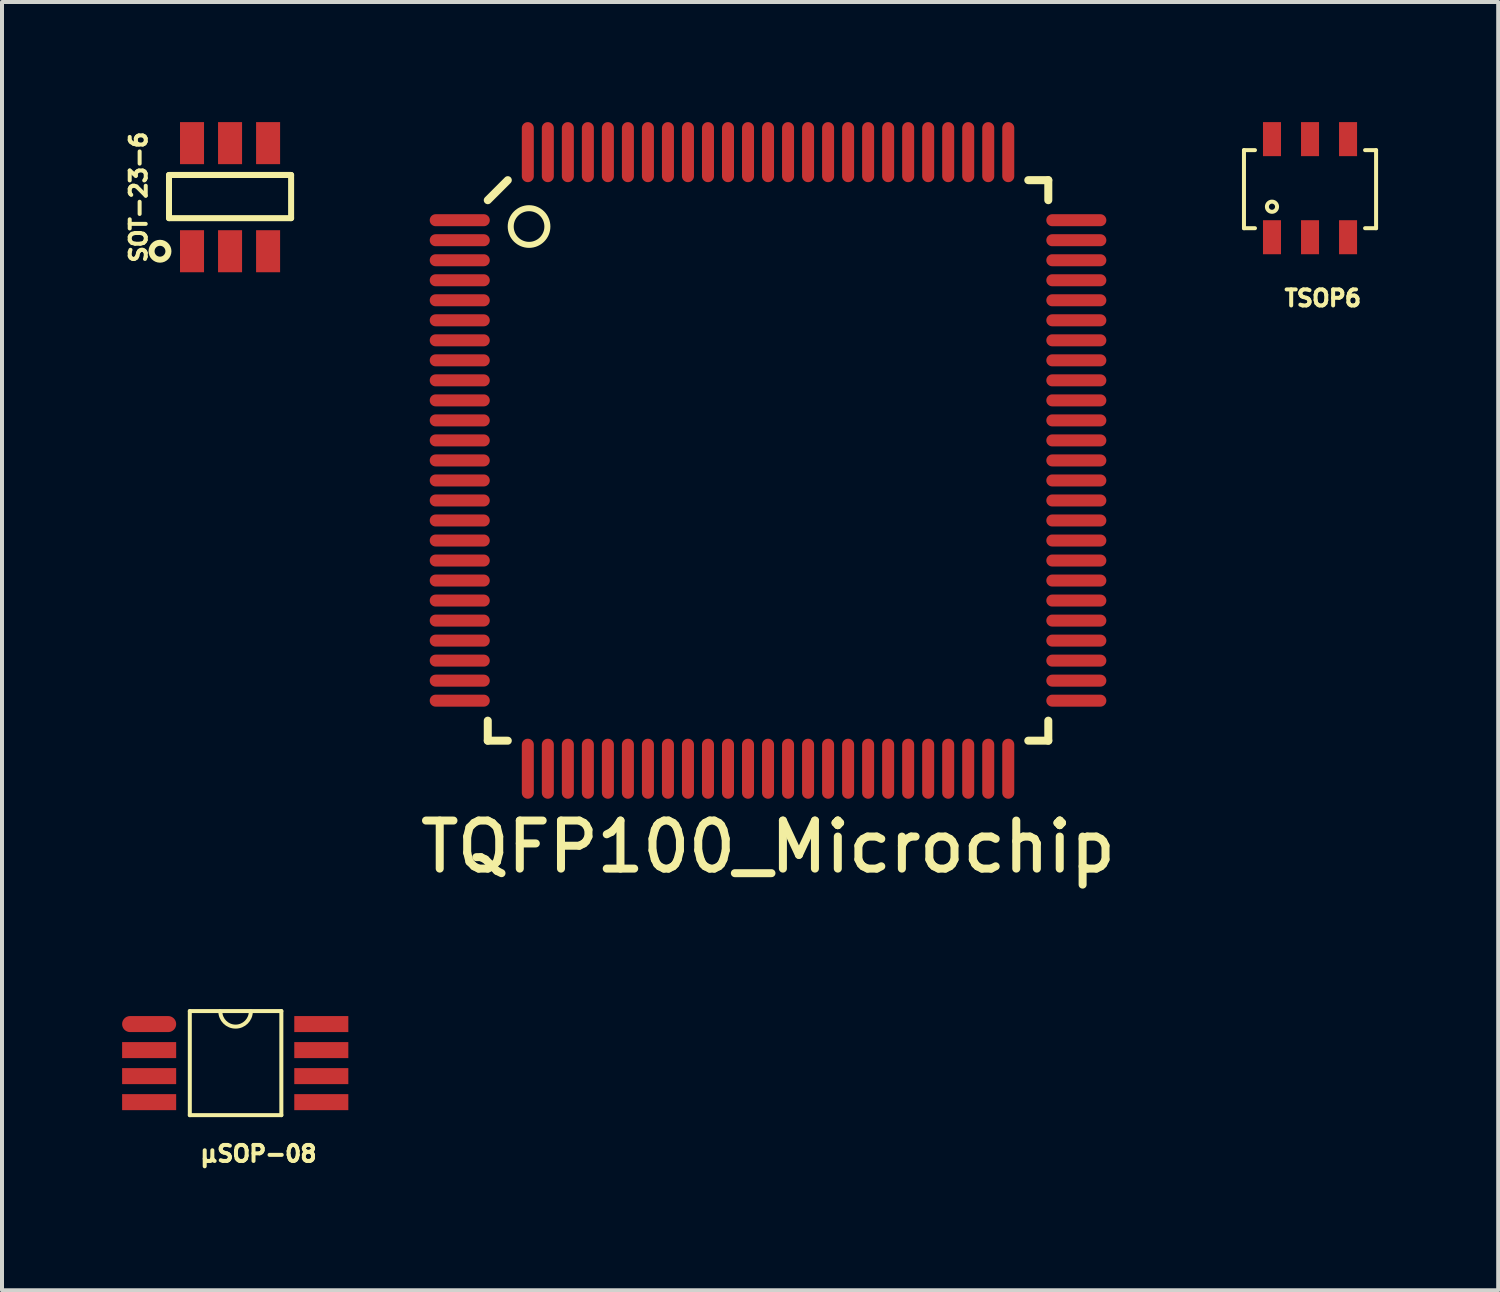
<source format=kicad_pcb>
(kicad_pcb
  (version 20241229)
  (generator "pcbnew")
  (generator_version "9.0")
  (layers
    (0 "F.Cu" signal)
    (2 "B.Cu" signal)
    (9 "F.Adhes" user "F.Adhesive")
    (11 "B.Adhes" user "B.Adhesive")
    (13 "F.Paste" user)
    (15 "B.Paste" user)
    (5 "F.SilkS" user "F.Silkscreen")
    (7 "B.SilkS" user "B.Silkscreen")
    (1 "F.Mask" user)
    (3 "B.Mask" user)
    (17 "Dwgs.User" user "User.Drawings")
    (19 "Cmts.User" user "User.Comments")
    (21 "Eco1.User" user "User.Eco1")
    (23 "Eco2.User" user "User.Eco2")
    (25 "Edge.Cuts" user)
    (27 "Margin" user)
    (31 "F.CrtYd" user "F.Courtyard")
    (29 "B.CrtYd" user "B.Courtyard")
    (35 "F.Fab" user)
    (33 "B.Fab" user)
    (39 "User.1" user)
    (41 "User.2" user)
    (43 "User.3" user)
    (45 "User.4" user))
  (footprint "TQFP100_Microchip"
    (layer "F.Cu")
    (at 16.133 8.45)
    (property "Reference" "TQFP100_Microchip" (at 0 9.65 0) (layer "F.SilkS") (effects (font (size 1.2 1.2) (thickness 0.2))))
    (attr through_hole)
    (fp_line (start -7 -6.5) (end -6.5 -7) (stroke (width 0.2) (type solid)) (layer "F.SilkS"))
    (fp_line (start -7 7) (end -7 6.5) (stroke (width 0.2) (type solid)) (layer "F.SilkS"))
    (fp_line (start -6.5 7) (end -7 7) (stroke (width 0.2) (type solid)) (layer "F.SilkS"))
    (fp_line (start 6.5 -7) (end 7 -7) (stroke (width 0.2) (type solid)) (layer "F.SilkS"))
    (fp_line (start 6.5 7) (end 7 7) (stroke (width 0.2) (type solid)) (layer "F.SilkS"))
    (fp_line (start 7 -7) (end 7 -6.5) (stroke (width 0.2) (type solid)) (layer "F.SilkS"))
    (fp_line (start 7 7) (end 7 6.5) (stroke (width 0.2) (type solid)) (layer "F.SilkS"))
    (fp_circle (center -5.969 -5.842) (end -5.715 -5.461) (stroke (width 0.15) (type solid)) (fill no) (layer "F.SilkS"))
    (pad "1" smd oval (at -7.7 -6) (size 1.5 0.3) (layers "F.Cu" "F.Mask" "F.Paste"))
    (pad "2" smd oval (at -7.7 -5.5) (size 1.5 0.3) (layers "F.Cu" "F.Mask" "F.Paste"))
    (pad "3" smd oval (at -7.7 -5) (size 1.5 0.3) (layers "F.Cu" "F.Mask" "F.Paste"))
    (pad "4" smd oval (at -7.7 -4.5) (size 1.5 0.3) (layers "F.Cu" "F.Mask" "F.Paste"))
    (pad "5" smd oval (at -7.7 -4) (size 1.5 0.3) (layers "F.Cu" "F.Mask" "F.Paste"))
    (pad "6" smd oval (at -7.7 -3.5) (size 1.5 0.3) (layers "F.Cu" "F.Mask" "F.Paste"))
    (pad "7" smd oval (at -7.7 -3) (size 1.5 0.3) (layers "F.Cu" "F.Mask" "F.Paste"))
    (pad "8" smd oval (at -7.7 -2.5) (size 1.5 0.3) (layers "F.Cu" "F.Mask" "F.Paste"))
    (pad "9" smd oval (at -7.7 -2) (size 1.5 0.3) (layers "F.Cu" "F.Mask" "F.Paste"))
    (pad "10" smd oval (at -7.7 -1.5) (size 1.5 0.3) (layers "F.Cu" "F.Mask" "F.Paste"))
    (pad "11" smd oval (at -7.7 -1) (size 1.5 0.3) (layers "F.Cu" "F.Mask" "F.Paste"))
    (pad "12" smd oval (at -7.7 -0.5) (size 1.5 0.3) (layers "F.Cu" "F.Mask" "F.Paste"))
    (pad "13" smd oval (at -7.7 0) (size 1.5 0.3) (layers "F.Cu" "F.Mask" "F.Paste"))
    (pad "14" smd oval (at -7.7 0.5) (size 1.5 0.3) (layers "F.Cu" "F.Mask" "F.Paste"))
    (pad "15" smd oval (at -7.7 1) (size 1.5 0.3) (layers "F.Cu" "F.Mask" "F.Paste"))
    (pad "16" smd oval (at -7.7 1.5) (size 1.5 0.3) (layers "F.Cu" "F.Mask" "F.Paste"))
    (pad "17" smd oval (at -7.7 2) (size 1.5 0.3) (layers "F.Cu" "F.Mask" "F.Paste"))
    (pad "18" smd oval (at -7.7 2.5) (size 1.5 0.3) (layers "F.Cu" "F.Mask" "F.Paste"))
    (pad "19" smd oval (at -7.7 3) (size 1.5 0.3) (layers "F.Cu" "F.Mask" "F.Paste"))
    (pad "20" smd oval (at -7.7 3.5) (size 1.5 0.3) (layers "F.Cu" "F.Mask" "F.Paste"))
    (pad "21" smd oval (at -7.7 4) (size 1.5 0.3) (layers "F.Cu" "F.Mask" "F.Paste"))
    (pad "22" smd oval (at -7.7 4.5) (size 1.5 0.3) (layers "F.Cu" "F.Mask" "F.Paste"))
    (pad "23" smd oval (at -7.7 5) (size 1.5 0.3) (layers "F.Cu" "F.Mask" "F.Paste"))
    (pad "24" smd oval (at -7.7 5.5) (size 1.5 0.3) (layers "F.Cu" "F.Mask" "F.Paste"))
    (pad "25" smd oval (at -7.7 6) (size 1.5 0.3) (layers "F.Cu" "F.Mask" "F.Paste"))
    (pad "26" smd oval (at -6 7.7) (size 0.3 1.5) (layers "F.Cu" "F.Mask" "F.Paste"))
    (pad "27" smd oval (at -5.5 7.7) (size 0.3 1.5) (layers "F.Cu" "F.Mask" "F.Paste"))
    (pad "28" smd oval (at -5 7.7) (size 0.3 1.5) (layers "F.Cu" "F.Mask" "F.Paste"))
    (pad "29" smd oval (at -4.5 7.7) (size 0.3 1.5) (layers "F.Cu" "F.Mask" "F.Paste"))
    (pad "30" smd oval (at -4 7.7) (size 0.3 1.5) (layers "F.Cu" "F.Mask" "F.Paste"))
    (pad "31" smd oval (at -3.5 7.7) (size 0.3 1.5) (layers "F.Cu" "F.Mask" "F.Paste"))
    (pad "32" smd oval (at -3 7.7) (size 0.3 1.5) (layers "F.Cu" "F.Mask" "F.Paste"))
    (pad "33" smd oval (at -2.5 7.7) (size 0.3 1.5) (layers "F.Cu" "F.Mask" "F.Paste"))
    (pad "34" smd oval (at -2 7.7) (size 0.3 1.5) (layers "F.Cu" "F.Mask" "F.Paste"))
    (pad "35" smd oval (at -1.5 7.7) (size 0.3 1.5) (layers "F.Cu" "F.Mask" "F.Paste"))
    (pad "36" smd oval (at -1 7.7) (size 0.3 1.5) (layers "F.Cu" "F.Mask" "F.Paste"))
    (pad "37" smd oval (at -0.5 7.7) (size 0.3 1.5) (layers "F.Cu" "F.Mask" "F.Paste"))
    (pad "38" smd oval (at 0 7.7) (size 0.3 1.5) (layers "F.Cu" "F.Mask" "F.Paste"))
    (pad "39" smd oval (at 0.5 7.7) (size 0.3 1.5) (layers "F.Cu" "F.Mask" "F.Paste"))
    (pad "40" smd oval (at 1 7.7) (size 0.3 1.5) (layers "F.Cu" "F.Mask" "F.Paste"))
    (pad "41" smd oval (at 1.5 7.7) (size 0.3 1.5) (layers "F.Cu" "F.Mask" "F.Paste"))
    (pad "42" smd oval (at 2 7.7) (size 0.3 1.5) (layers "F.Cu" "F.Mask" "F.Paste"))
    (pad "43" smd oval (at 2.5 7.7) (size 0.3 1.5) (layers "F.Cu" "F.Mask" "F.Paste"))
    (pad "44" smd oval (at 3 7.7) (size 0.3 1.5) (layers "F.Cu" "F.Mask" "F.Paste"))
    (pad "45" smd oval (at 3.5 7.7) (size 0.3 1.5) (layers "F.Cu" "F.Mask" "F.Paste"))
    (pad "46" smd oval (at 4 7.7) (size 0.3 1.5) (layers "F.Cu" "F.Mask" "F.Paste"))
    (pad "47" smd oval (at 4.5 7.7) (size 0.3 1.5) (layers "F.Cu" "F.Mask" "F.Paste"))
    (pad "48" smd oval (at 5 7.7) (size 0.3 1.5) (layers "F.Cu" "F.Mask" "F.Paste"))
    (pad "49" smd oval (at 5.5 7.7) (size 0.3 1.5) (layers "F.Cu" "F.Mask" "F.Paste"))
    (pad "50" smd oval (at 6 7.7) (size 0.3 1.5) (layers "F.Cu" "F.Mask" "F.Paste"))
    (pad "51" smd oval (at 7.7 6) (size 1.5 0.3) (layers "F.Cu" "F.Mask" "F.Paste"))
    (pad "52" smd oval (at 7.7 5.5) (size 1.5 0.3) (layers "F.Cu" "F.Mask" "F.Paste"))
    (pad "53" smd oval (at 7.7 5) (size 1.5 0.3) (layers "F.Cu" "F.Mask" "F.Paste"))
    (pad "54" smd oval (at 7.7 4.5) (size 1.5 0.3) (layers "F.Cu" "F.Mask" "F.Paste"))
    (pad "55" smd oval (at 7.7 4) (size 1.5 0.3) (layers "F.Cu" "F.Mask" "F.Paste"))
    (pad "56" smd oval (at 7.7 3.5) (size 1.5 0.3) (layers "F.Cu" "F.Mask" "F.Paste"))
    (pad "57" smd oval (at 7.7 3) (size 1.5 0.3) (layers "F.Cu" "F.Mask" "F.Paste"))
    (pad "58" smd oval (at 7.7 2.5) (size 1.5 0.3) (layers "F.Cu" "F.Mask" "F.Paste"))
    (pad "59" smd oval (at 7.7 2) (size 1.5 0.3) (layers "F.Cu" "F.Mask" "F.Paste"))
    (pad "60" smd oval (at 7.7 1.5) (size 1.5 0.3) (layers "F.Cu" "F.Mask" "F.Paste"))
    (pad "61" smd oval (at 7.7 1) (size 1.5 0.3) (layers "F.Cu" "F.Mask" "F.Paste"))
    (pad "62" smd oval (at 7.7 0.5) (size 1.5 0.3) (layers "F.Cu" "F.Mask" "F.Paste"))
    (pad "63" smd oval (at 7.7 0) (size 1.5 0.3) (layers "F.Cu" "F.Mask" "F.Paste"))
    (pad "64" smd oval (at 7.7 -0.5) (size 1.5 0.3) (layers "F.Cu" "F.Mask" "F.Paste"))
    (pad "65" smd oval (at 7.7 -1) (size 1.5 0.3) (layers "F.Cu" "F.Mask" "F.Paste"))
    (pad "66" smd oval (at 7.7 -1.5) (size 1.5 0.3) (layers "F.Cu" "F.Mask" "F.Paste"))
    (pad "67" smd oval (at 7.7 -2) (size 1.5 0.3) (layers "F.Cu" "F.Mask" "F.Paste"))
    (pad "68" smd oval (at 7.7 -2.5) (size 1.5 0.3) (layers "F.Cu" "F.Mask" "F.Paste"))
    (pad "69" smd oval (at 7.7 -3) (size 1.5 0.3) (layers "F.Cu" "F.Mask" "F.Paste"))
    (pad "70" smd oval (at 7.7 -3.5) (size 1.5 0.3) (layers "F.Cu" "F.Mask" "F.Paste"))
    (pad "71" smd oval (at 7.7 -4) (size 1.5 0.3) (layers "F.Cu" "F.Mask" "F.Paste"))
    (pad "72" smd oval (at 7.7 -4.5) (size 1.5 0.3) (layers "F.Cu" "F.Mask" "F.Paste"))
    (pad "73" smd oval (at 7.7 -5) (size 1.5 0.3) (layers "F.Cu" "F.Mask" "F.Paste"))
    (pad "74" smd oval (at 7.7 -5.5) (size 1.5 0.3) (layers "F.Cu" "F.Mask" "F.Paste"))
    (pad "75" smd oval (at 7.7 -6) (size 1.5 0.3) (layers "F.Cu" "F.Mask" "F.Paste"))
    (pad "76" smd oval (at 6 -7.7) (size 0.3 1.5) (layers "F.Cu" "F.Mask" "F.Paste"))
    (pad "77" smd oval (at 5.5 -7.7) (size 0.3 1.5) (layers "F.Cu" "F.Mask" "F.Paste"))
    (pad "78" smd oval (at 5 -7.7) (size 0.3 1.5) (layers "F.Cu" "F.Mask" "F.Paste"))
    (pad "79" smd oval (at 4.5 -7.7) (size 0.3 1.5) (layers "F.Cu" "F.Mask" "F.Paste"))
    (pad "80" smd oval (at 4 -7.7) (size 0.3 1.5) (layers "F.Cu" "F.Mask" "F.Paste"))
    (pad "81" smd oval (at 3.5 -7.7) (size 0.3 1.5) (layers "F.Cu" "F.Mask" "F.Paste"))
    (pad "82" smd oval (at 3 -7.7) (size 0.3 1.5) (layers "F.Cu" "F.Mask" "F.Paste"))
    (pad "83" smd oval (at 2.5 -7.7) (size 0.3 1.5) (layers "F.Cu" "F.Mask" "F.Paste"))
    (pad "84" smd oval (at 2 -7.7) (size 0.3 1.5) (layers "F.Cu" "F.Mask" "F.Paste"))
    (pad "85" smd oval (at 1.5 -7.7) (size 0.3 1.5) (layers "F.Cu" "F.Mask" "F.Paste"))
    (pad "86" smd oval (at 1 -7.7) (size 0.3 1.5) (layers "F.Cu" "F.Mask" "F.Paste"))
    (pad "87" smd oval (at 0.5 -7.7) (size 0.3 1.5) (layers "F.Cu" "F.Mask" "F.Paste"))
    (pad "88" smd oval (at 0 -7.7) (size 0.3 1.5) (layers "F.Cu" "F.Mask" "F.Paste"))
    (pad "89" smd oval (at -0.5 -7.7) (size 0.3 1.5) (layers "F.Cu" "F.Mask" "F.Paste"))
    (pad "90" smd oval (at -1 -7.7) (size 0.3 1.5) (layers "F.Cu" "F.Mask" "F.Paste"))
    (pad "91" smd oval (at -1.5 -7.7) (size 0.3 1.5) (layers "F.Cu" "F.Mask" "F.Paste"))
    (pad "92" smd oval (at -2 -7.7) (size 0.3 1.5) (layers "F.Cu" "F.Mask" "F.Paste"))
    (pad "93" smd oval (at -2.5 -7.7) (size 0.3 1.5) (layers "F.Cu" "F.Mask" "F.Paste"))
    (pad "94" smd oval (at -3 -7.7) (size 0.3 1.5) (layers "F.Cu" "F.Mask" "F.Paste"))
    (pad "95" smd oval (at -3.5 -7.7) (size 0.3 1.5) (layers "F.Cu" "F.Mask" "F.Paste"))
    (pad "96" smd oval (at -4 -7.7) (size 0.3 1.5) (layers "F.Cu" "F.Mask" "F.Paste"))
    (pad "97" smd oval (at -4.5 -7.7) (size 0.3 1.5) (layers "F.Cu" "F.Mask" "F.Paste"))
    (pad "98" smd oval (at -5 -7.7) (size 0.3 1.5) (layers "F.Cu" "F.Mask" "F.Paste"))
    (pad "99" smd oval (at -5.5 -7.7) (size 0.3 1.5) (layers "F.Cu" "F.Mask" "F.Paste"))
    (pad "100" smd oval (at -6 -7.7) (size 0.3 1.5) (layers "F.Cu" "F.Mask" "F.Paste")))
  (footprint "µSOP-08"
    (layer "F.Cu")
    (at 0.675 22.528)
    (property "Reference" "µSOP-08" (at 2.731 3.239 0) (layer "F.SilkS") (effects (font (size 0.4 0.4) (thickness 0.1))))
    (attr through_hole)
    (fp_line (start 1.016 -0.325) (end 3.302 -0.325) (stroke (width 0.1) (type solid)) (layer "F.SilkS"))
    (fp_line (start 1.016 2.275) (end 1.016 -0.325) (stroke (width 0.1) (type solid)) (layer "F.SilkS"))
    (fp_line (start 1.016 2.275) (end 3.302 2.275) (stroke (width 0.1) (type solid)) (layer "F.SilkS"))
    (fp_line (start 3.302 2.275) (end 3.302 -0.325) (stroke (width 0.1) (type solid)) (layer "F.SilkS"))
    (fp_arc (start 2.54 -0.3175) (mid 2.159 0.0635) (end 1.778 -0.3175) (stroke (width 0.1) (type solid)) (layer "F.SilkS"))
    (pad "1" smd oval (at 0 0) (size 1.35 0.4) (layers "F.Cu" "F.Mask" "F.Paste"))
    (pad "2" smd rect (at 0 0.65) (size 1.35 0.4) (layers "F.Cu" "F.Mask" "F.Paste"))
    (pad "3" smd rect (at 0 1.3) (size 1.35 0.4) (layers "F.Cu" "F.Mask" "F.Paste"))
    (pad "4" smd rect (at 0 1.95) (size 1.35 0.4) (layers "F.Cu" "F.Mask" "F.Paste"))
    (pad "5" smd rect (at 4.3 1.95) (size 1.35 0.4) (layers "F.Cu" "F.Mask" "F.Paste"))
    (pad "6" smd rect (at 4.3 1.3) (size 1.35 0.4) (layers "F.Cu" "F.Mask" "F.Paste"))
    (pad "7" smd rect (at 4.3 0.65) (size 1.35 0.4) (layers "F.Cu" "F.Mask" "F.Paste"))
    (pad "8" smd rect (at 4.3 0) (size 1.35 0.4) (layers "F.Cu" "F.Mask" "F.Paste")))
  (footprint "TSOP6"
    (layer "F.Cu")
    (at 28.72 2.875)
    (property "Reference" "TSOP6" (at 1.27 1.524 0) (layer "F.SilkS") (effects (font (size 0.4 0.4) (thickness 0.1))))
    (attr through_hole)
    (fp_line (start -0.7 -2.175) (end -0.425 -2.175) (stroke (width 0.1) (type solid)) (layer "F.SilkS"))
    (fp_line (start -0.7 -0.225) (end -0.7 -2.175) (stroke (width 0.1) (type solid)) (layer "F.SilkS"))
    (fp_line (start -0.7 -0.225) (end -0.425 -0.225) (stroke (width 0.1) (type solid)) (layer "F.SilkS"))
    (fp_line (start 2.325 -2.175) (end 2.6 -2.175) (stroke (width 0.1) (type solid)) (layer "F.SilkS"))
    (fp_line (start 2.325 -0.225) (end 2.6 -0.225) (stroke (width 0.1) (type solid)) (layer "F.SilkS"))
    (fp_line (start 2.6 -0.225) (end 2.6 -2.175) (stroke (width 0.1) (type solid)) (layer "F.SilkS"))
    (fp_circle (center 0 -0.762) (end 0 -0.889) (stroke (width 0.1) (type solid)) (fill no) (layer "F.SilkS"))
    (pad "1" smd rect (at 0 0) (size 0.45 0.85) (layers "F.Cu" "F.Mask" "F.Paste"))
    (pad "2" smd rect (at 0.95 0) (size 0.45 0.85) (layers "F.Cu" "F.Mask" "F.Paste"))
    (pad "3" smd rect (at 1.9 0) (size 0.45 0.85) (layers "F.Cu" "F.Mask" "F.Paste"))
    (pad "4" smd rect (at 1.9 -2.45) (size 0.45 0.85) (layers "F.Cu" "F.Mask" "F.Paste"))
    (pad "5" smd rect (at 0.95 -2.45) (size 0.45 0.85) (layers "F.Cu" "F.Mask" "F.Paste"))
    (pad "6" smd rect (at 0 -2.45) (size 0.45 0.85) (layers "F.Cu" "F.Mask" "F.Paste")))
  (footprint "SOT-23-6"
    (layer "F.Cu")
    (at 2.696 1.875)
    (property "Reference" "SOT-23-6" (at -2.286 0 90) (layer "F.SilkS") (effects (font (size 0.4 0.4) (thickness 0.1))))
    (attr through_hole)
    (fp_line (start -1.525 -0.555) (end -1.525 0.524) (stroke (width 0.15) (type solid)) (layer "F.SilkS"))
    (fp_line (start -1.525 0.524) (end 1.525 0.524) (stroke (width 0.15) (type solid)) (layer "F.SilkS"))
    (fp_line (start 1.525 -0.555) (end -1.525 -0.555) (stroke (width 0.15) (type solid)) (layer "F.SilkS"))
    (fp_line (start 1.525 0.524) (end 1.525 -0.555) (stroke (width 0.15) (type solid)) (layer "F.SilkS"))
    (fp_circle (center -1.75 1.35) (end -1.839 1.159) (stroke (width 0.15) (type solid)) (fill no) (layer "F.SilkS"))
    (pad "1" smd rect (at -0.95 1.35) (size 0.6 1.05) (layers "F.Cu" "F.Mask" "F.Paste"))
    (pad "2" smd rect (at 0 1.35) (size 0.6 1.05) (layers "F.Cu" "F.Mask" "F.Paste"))
    (pad "3" smd rect (at 0.95 1.35) (size 0.6 1.05) (layers "F.Cu" "F.Mask" "F.Paste"))
    (pad "4" smd rect (at 0.95 -1.35) (size 0.6 1.05) (layers "F.Cu" "F.Mask" "F.Paste"))
    (pad "5" smd rect (at 0 -1.35) (size 0.6 1.05) (layers "F.Cu" "F.Mask" "F.Paste"))
    (pad "6" smd rect (at -0.95 -1.35) (size 0.6 1.05) (layers "F.Cu" "F.Mask" "F.Paste")))
  (gr_rect
    (start -3 -3)
    (end 34.37 29.176)
    (stroke (width 0.1) (type default))
    (fill no)
    (layer "Edge.Cuts")))
</source>
